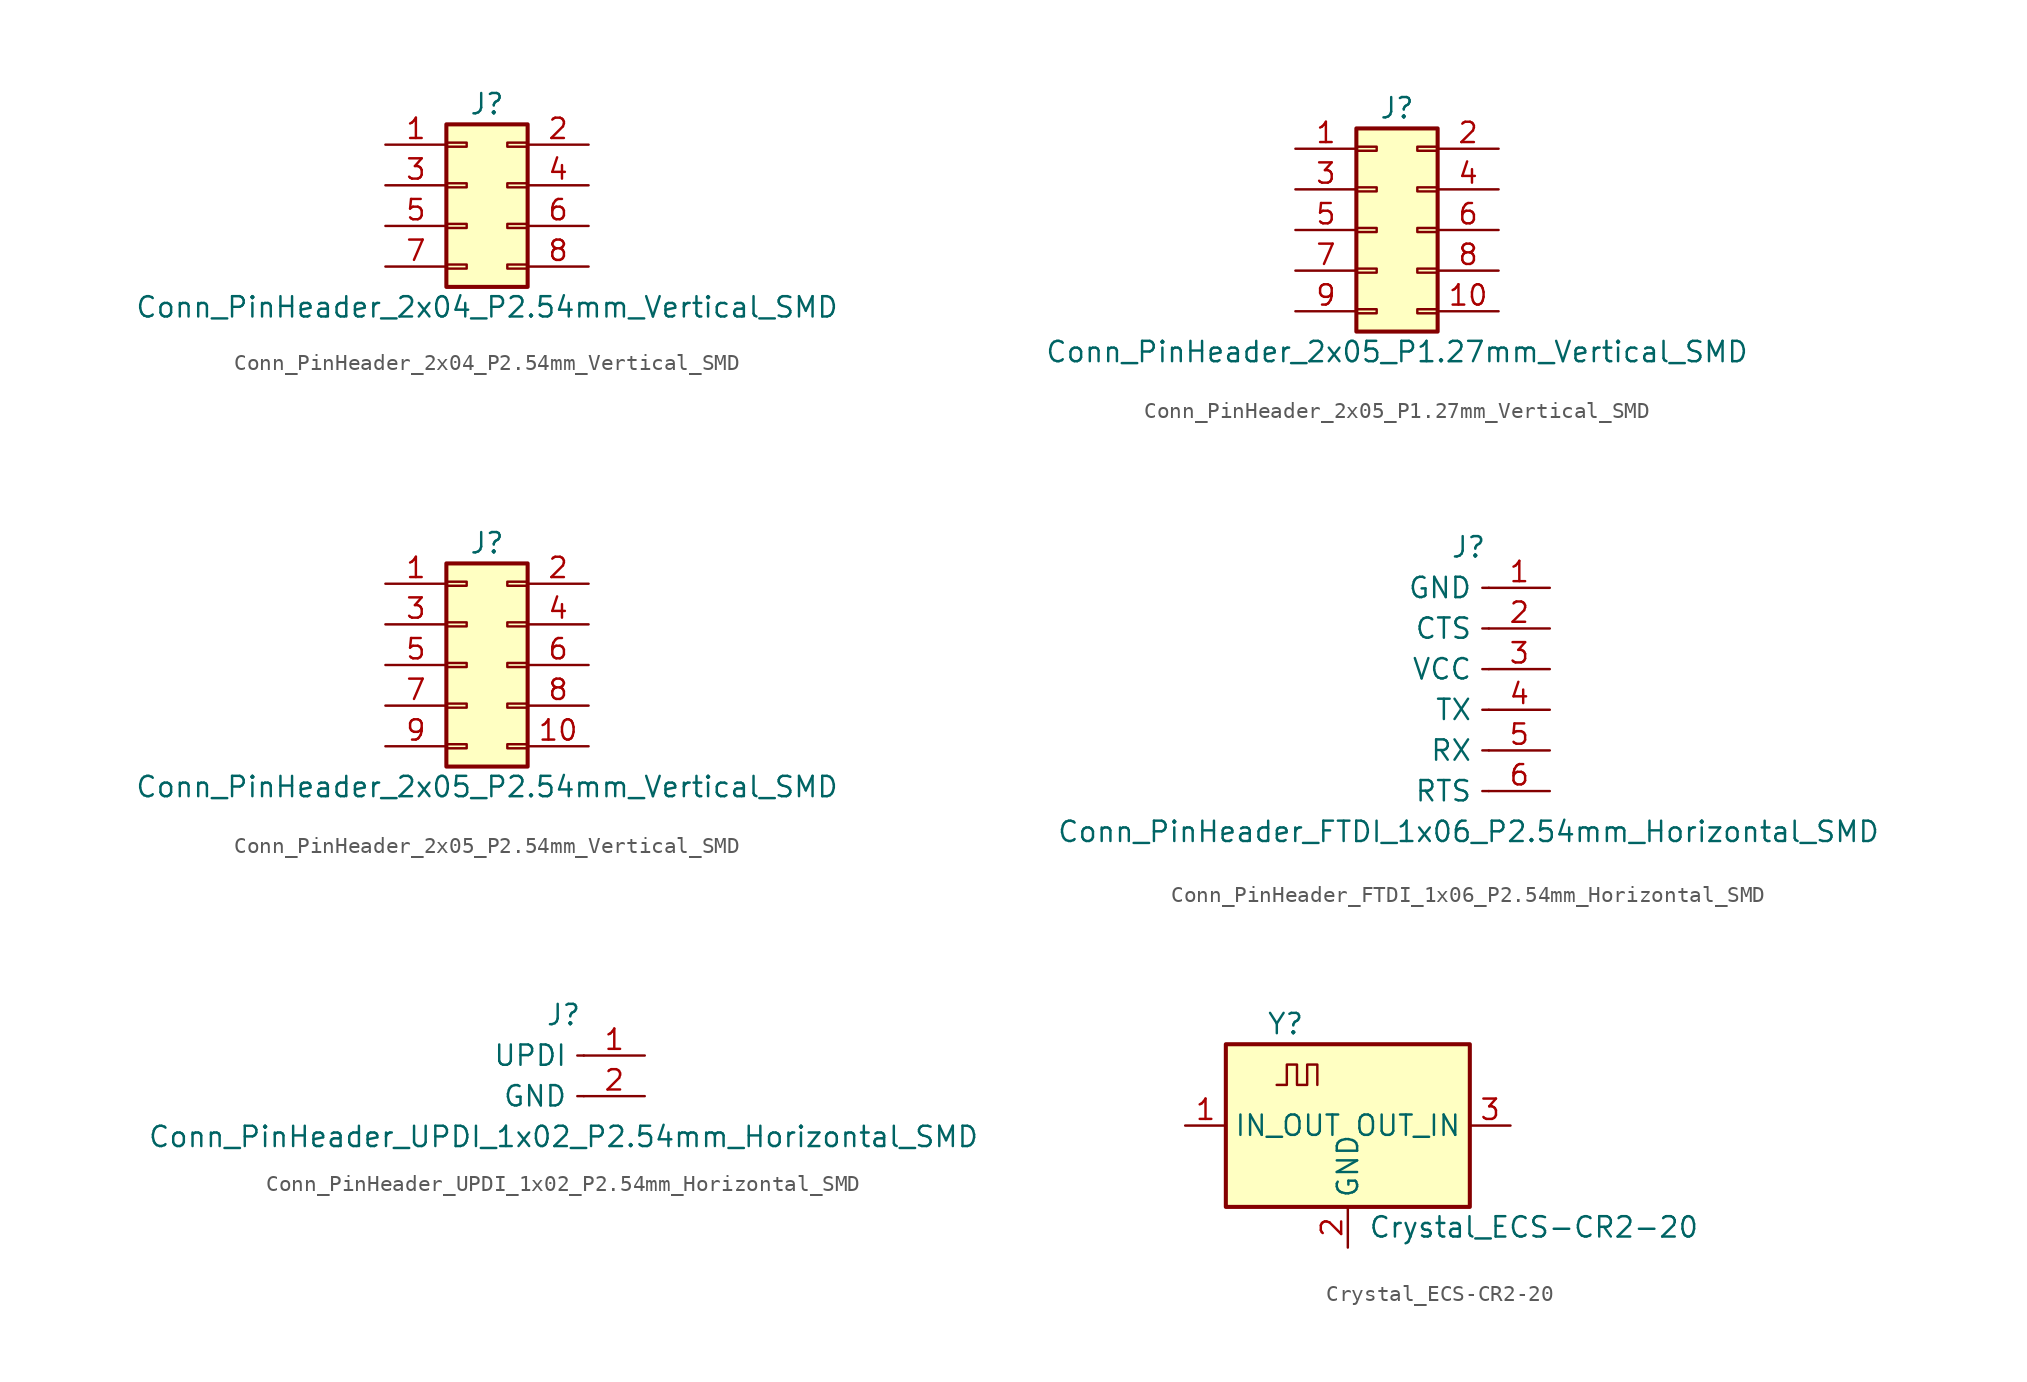
<source format=kicad_sym>
(kicad_symbol_lib
  (version 20220914)
  (generator kicad_symbol_editor)
  (symbol "Conn_PinHeader_2x04_P2.54mm_Vertical_SMD"
    (pin_names
      (offset 1.016) hide)
    (property "Reference" "J"
      (at 1.27 5.08 0)
      (effects (font (size 1.27 1.27))))
    (property "Value" "Conn_PinHeader_2x04_P2.54mm_Vertical_SMD"
      (at 1.27 -7.62 0)
      (effects (font (size 1.27 1.27))))
    (symbol "Conn_PinHeader_2x04_P2.54mm_Vertical_SMD_1_1"
      (rectangle (start -1.27 -4.953) (end 0 -5.207) (stroke (width 0.152) (type solid)) (fill (type none)))
      (rectangle (start -1.27 -2.413) (end 0 -2.667) (stroke (width 0.152) (type solid)) (fill (type none)))
      (rectangle (start -1.27 0.127) (end 0 -0.127) (stroke (width 0.152) (type solid)) (fill (type none)))
      (rectangle (start -1.27 2.667) (end 0 2.413) (stroke (width 0.152) (type solid)) (fill (type none)))
      (rectangle (start -1.27 3.81) (end 3.81 -6.35) (stroke (width 0.254) (type solid)) (fill (type background)))
      (rectangle (start 3.81 -4.953) (end 2.54 -5.207) (stroke (width 0.152) (type solid)) (fill (type none)))
      (rectangle (start 3.81 -2.413) (end 2.54 -2.667) (stroke (width 0.152) (type solid)) (fill (type none)))
      (rectangle (start 3.81 0.127) (end 2.54 -0.127) (stroke (width 0.152) (type solid)) (fill (type none)))
      (rectangle (start 3.81 2.667) (end 2.54 2.413) (stroke (width 0.152) (type solid)) (fill (type none)))
      (pin passive line (at -5.08 2.54 0) (length 3.81) (name "Pin_1" (effects (font (size 1.27 1.27)))) (number "1" (effects (font (size 1.27 1.27)))))
      (pin passive line (at 7.62 2.54 180) (length 3.81) (name "Pin_2" (effects (font (size 1.27 1.27)))) (number "2" (effects (font (size 1.27 1.27)))))
      (pin passive line (at -5.08 0 0) (length 3.81) (name "Pin_3" (effects (font (size 1.27 1.27)))) (number "3" (effects (font (size 1.27 1.27)))))
      (pin passive line (at 7.62 0 180) (length 3.81) (name "Pin_4" (effects (font (size 1.27 1.27)))) (number "4" (effects (font (size 1.27 1.27)))))
      (pin passive line (at -5.08 -2.54 0) (length 3.81) (name "Pin_5" (effects (font (size 1.27 1.27)))) (number "5" (effects (font (size 1.27 1.27)))))
      (pin passive line (at 7.62 -2.54 180) (length 3.81) (name "Pin_6" (effects (font (size 1.27 1.27)))) (number "6" (effects (font (size 1.27 1.27)))))
      (pin passive line (at -5.08 -5.08 0) (length 3.81) (name "Pin_7" (effects (font (size 1.27 1.27)))) (number "7" (effects (font (size 1.27 1.27)))))
      (pin passive line (at 7.62 -5.08 180) (length 3.81) (name "Pin_8" (effects (font (size 1.27 1.27)))) (number "8" (effects (font (size 1.27 1.27)))))))
  (symbol "Conn_PinHeader_2x05_P1.27mm_Vertical_SMD"
    (pin_names
      (offset 1.016) hide)
    (property "Reference" "J"
      (at 1.27 7.62 0)
      (effects (font (size 1.27 1.27))))
    (property "Value" "Conn_PinHeader_2x05_P1.27mm_Vertical_SMD"
      (at 1.27 -7.62 0)
      (effects (font (size 1.27 1.27))))
    (symbol "Conn_PinHeader_2x05_P1.27mm_Vertical_SMD_1_1"
      (rectangle (start -1.27 -4.953) (end 0 -5.207) (stroke (width 0.152) (type solid)) (fill (type none)))
      (rectangle (start -1.27 -2.413) (end 0 -2.667) (stroke (width 0.152) (type solid)) (fill (type none)))
      (rectangle (start -1.27 0.127) (end 0 -0.127) (stroke (width 0.152) (type solid)) (fill (type none)))
      (rectangle (start -1.27 2.667) (end 0 2.413) (stroke (width 0.152) (type solid)) (fill (type none)))
      (rectangle (start -1.27 5.207) (end 0 4.953) (stroke (width 0.152) (type solid)) (fill (type none)))
      (rectangle (start -1.27 6.35) (end 3.81 -6.35) (stroke (width 0.254) (type solid)) (fill (type background)))
      (rectangle (start 3.81 -4.953) (end 2.54 -5.207) (stroke (width 0.152) (type solid)) (fill (type none)))
      (rectangle (start 3.81 -2.413) (end 2.54 -2.667) (stroke (width 0.152) (type solid)) (fill (type none)))
      (rectangle (start 3.81 0.127) (end 2.54 -0.127) (stroke (width 0.152) (type solid)) (fill (type none)))
      (rectangle (start 3.81 2.667) (end 2.54 2.413) (stroke (width 0.152) (type solid)) (fill (type none)))
      (rectangle (start 3.81 5.207) (end 2.54 4.953) (stroke (width 0.152) (type solid)) (fill (type none)))
      (pin passive line (at -5.08 5.08 0) (length 3.81) (name "Pin_1" (effects (font (size 1.27 1.27)))) (number "1" (effects (font (size 1.27 1.27)))))
      (pin passive line (at 7.62 -5.08 180) (length 3.81) (name "Pin_10" (effects (font (size 1.27 1.27)))) (number "10" (effects (font (size 1.27 1.27)))))
      (pin passive line (at 7.62 5.08 180) (length 3.81) (name "Pin_2" (effects (font (size 1.27 1.27)))) (number "2" (effects (font (size 1.27 1.27)))))
      (pin passive line (at -5.08 2.54 0) (length 3.81) (name "Pin_3" (effects (font (size 1.27 1.27)))) (number "3" (effects (font (size 1.27 1.27)))))
      (pin passive line (at 7.62 2.54 180) (length 3.81) (name "Pin_4" (effects (font (size 1.27 1.27)))) (number "4" (effects (font (size 1.27 1.27)))))
      (pin passive line (at -5.08 0 0) (length 3.81) (name "Pin_5" (effects (font (size 1.27 1.27)))) (number "5" (effects (font (size 1.27 1.27)))))
      (pin passive line (at 7.62 0 180) (length 3.81) (name "Pin_6" (effects (font (size 1.27 1.27)))) (number "6" (effects (font (size 1.27 1.27)))))
      (pin passive line (at -5.08 -2.54 0) (length 3.81) (name "Pin_7" (effects (font (size 1.27 1.27)))) (number "7" (effects (font (size 1.27 1.27)))))
      (pin passive line (at 7.62 -2.54 180) (length 3.81) (name "Pin_8" (effects (font (size 1.27 1.27)))) (number "8" (effects (font (size 1.27 1.27)))))
      (pin passive line (at -5.08 -5.08 0) (length 3.81) (name "Pin_9" (effects (font (size 1.27 1.27)))) (number "9" (effects (font (size 1.27 1.27)))))))
  (symbol "Conn_PinHeader_2x05_P2.54mm_Vertical_SMD"
    (pin_names
      (offset 1.016) hide)
    (property "Reference" "J"
      (at 1.27 7.62 0)
      (effects (font (size 1.27 1.27))))
    (property "Value" "Conn_PinHeader_2x05_P2.54mm_Vertical_SMD"
      (at 1.27 -7.62 0)
      (effects (font (size 1.27 1.27))))
    (symbol "Conn_PinHeader_2x05_P2.54mm_Vertical_SMD_1_1"
      (rectangle (start -1.27 -4.953) (end 0 -5.207) (stroke (width 0.152) (type solid)) (fill (type none)))
      (rectangle (start -1.27 -2.413) (end 0 -2.667) (stroke (width 0.152) (type solid)) (fill (type none)))
      (rectangle (start -1.27 0.127) (end 0 -0.127) (stroke (width 0.152) (type solid)) (fill (type none)))
      (rectangle (start -1.27 2.667) (end 0 2.413) (stroke (width 0.152) (type solid)) (fill (type none)))
      (rectangle (start -1.27 5.207) (end 0 4.953) (stroke (width 0.152) (type solid)) (fill (type none)))
      (rectangle (start -1.27 6.35) (end 3.81 -6.35) (stroke (width 0.254) (type solid)) (fill (type background)))
      (rectangle (start 3.81 -4.953) (end 2.54 -5.207) (stroke (width 0.152) (type solid)) (fill (type none)))
      (rectangle (start 3.81 -2.413) (end 2.54 -2.667) (stroke (width 0.152) (type solid)) (fill (type none)))
      (rectangle (start 3.81 0.127) (end 2.54 -0.127) (stroke (width 0.152) (type solid)) (fill (type none)))
      (rectangle (start 3.81 2.667) (end 2.54 2.413) (stroke (width 0.152) (type solid)) (fill (type none)))
      (rectangle (start 3.81 5.207) (end 2.54 4.953) (stroke (width 0.152) (type solid)) (fill (type none)))
      (pin passive line (at -5.08 5.08 0) (length 3.81) (name "Pin_1" (effects (font (size 1.27 1.27)))) (number "1" (effects (font (size 1.27 1.27)))))
      (pin passive line (at 7.62 -5.08 180) (length 3.81) (name "Pin_10" (effects (font (size 1.27 1.27)))) (number "10" (effects (font (size 1.27 1.27)))))
      (pin passive line (at 7.62 5.08 180) (length 3.81) (name "Pin_2" (effects (font (size 1.27 1.27)))) (number "2" (effects (font (size 1.27 1.27)))))
      (pin passive line (at -5.08 2.54 0) (length 3.81) (name "Pin_3" (effects (font (size 1.27 1.27)))) (number "3" (effects (font (size 1.27 1.27)))))
      (pin passive line (at 7.62 2.54 180) (length 3.81) (name "Pin_4" (effects (font (size 1.27 1.27)))) (number "4" (effects (font (size 1.27 1.27)))))
      (pin passive line (at -5.08 0 0) (length 3.81) (name "Pin_5" (effects (font (size 1.27 1.27)))) (number "5" (effects (font (size 1.27 1.27)))))
      (pin passive line (at 7.62 0 180) (length 3.81) (name "Pin_6" (effects (font (size 1.27 1.27)))) (number "6" (effects (font (size 1.27 1.27)))))
      (pin passive line (at -5.08 -2.54 0) (length 3.81) (name "Pin_7" (effects (font (size 1.27 1.27)))) (number "7" (effects (font (size 1.27 1.27)))))
      (pin passive line (at 7.62 -2.54 180) (length 3.81) (name "Pin_8" (effects (font (size 1.27 1.27)))) (number "8" (effects (font (size 1.27 1.27)))))
      (pin passive line (at -5.08 -5.08 0) (length 3.81) (name "Pin_9" (effects (font (size 1.27 1.27)))) (number "9" (effects (font (size 1.27 1.27)))))))
  (symbol "Conn_PinHeader_FTDI_1x06_P2.54mm_Horizontal_SMD"
    (pin_names
      (offset 1.016))
    (property "Reference" "J"
      (at 0 7.62 0)
      (effects (font (size 1.27 1.27))))
    (property "Value" "Conn_PinHeader_FTDI_1x06_P2.54mm_Horizontal_SMD"
      (at 0 -10.16 0)
      (effects (font (size 1.27 1.27))))
    (symbol "Conn_PinHeader_FTDI_1x06_P2.54mm_Horizontal_SMD_1_1"
      (polyline (pts (xy 1.27 -7.62) (xy 0.864 -7.62)) (stroke (width 0.152) (type solid)) (fill (type none)))
      (polyline (pts (xy 1.27 -5.08) (xy 0.864 -5.08)) (stroke (width 0.152) (type solid)) (fill (type none)))
      (polyline (pts (xy 1.27 -2.54) (xy 0.864 -2.54)) (stroke (width 0.152) (type solid)) (fill (type none)))
      (polyline (pts (xy 1.27 0) (xy 0.864 0)) (stroke (width 0.152) (type solid)) (fill (type none)))
      (polyline (pts (xy 1.27 2.54) (xy 0.864 2.54)) (stroke (width 0.152) (type solid)) (fill (type none)))
      (polyline (pts (xy 1.27 5.08) (xy 0.864 5.08)) (stroke (width 0.152) (type solid)) (fill (type none)))
      (pin passive line (at 5.08 5.08 180) (length 3.81) (name "GND" (effects (font (size 1.27 1.27)))) (number "1" (effects (font (size 1.27 1.27)))))
      (pin passive line (at 5.08 2.54 180) (length 3.81) (name "CTS" (effects (font (size 1.27 1.27)))) (number "2" (effects (font (size 1.27 1.27)))))
      (pin passive line (at 5.08 0 180) (length 3.81) (name "VCC" (effects (font (size 1.27 1.27)))) (number "3" (effects (font (size 1.27 1.27)))))
      (pin passive line (at 5.08 -2.54 180) (length 3.81) (name "TX" (effects (font (size 1.27 1.27)))) (number "4" (effects (font (size 1.27 1.27)))))
      (pin passive line (at 5.08 -5.08 180) (length 3.81) (name "RX" (effects (font (size 1.27 1.27)))) (number "5" (effects (font (size 1.27 1.27)))))
      (pin passive line (at 5.08 -7.62 180) (length 3.81) (name "RTS" (effects (font (size 1.27 1.27)))) (number "6" (effects (font (size 1.27 1.27)))))))
  (symbol "Conn_PinHeader_UPDI_1x02_P2.54mm_Horizontal_SMD"
    (pin_names
      (offset 1.016))
    (property "Reference" "J"
      (at 0 2.54 0)
      (effects (font (size 1.27 1.27))))
    (property "Value" "Conn_PinHeader_UPDI_1x02_P2.54mm_Horizontal_SMD"
      (at 0 -5.08 0)
      (effects (font (size 1.27 1.27))))
    (symbol "Conn_PinHeader_UPDI_1x02_P2.54mm_Horizontal_SMD_1_1"
      (polyline (pts (xy 1.27 -2.54) (xy 0.864 -2.54)) (stroke (width 0.152) (type solid)) (fill (type none)))
      (polyline (pts (xy 1.27 0) (xy 0.864 0)) (stroke (width 0.152) (type solid)) (fill (type none)))
      (pin passive line (at 5.08 0 180) (length 3.81) (name "UPDI" (effects (font (size 1.27 1.27)))) (number "1" (effects (font (size 1.27 1.27)))))
      (pin passive line (at 5.08 -2.54 180) (length 3.81) (name "GND" (effects (font (size 1.27 1.27)))) (number "2" (effects (font (size 1.27 1.27)))))))
  (symbol "Crystal_ECS-CR2-20"
    (property "Reference" "Y"
      (at -5.08 6.35 0)
      (effects (font (size 1.27 1.27)) (justify left)))
    (property "Value" "Crystal_ECS-CR2-20"
      (at 1.27 -6.35 0)
      (effects (font (size 1.27 1.27)) (justify left)))
    (symbol "Crystal_ECS-CR2-20_0_1"
      (rectangle (start -7.62 5.08) (end 7.62 -5.08) (stroke (width 0.254) (type solid)) (fill (type background)))
      (polyline (pts (xy -4.445 2.54) (xy -3.81 2.54) (xy -3.81 3.81) (xy -3.175 3.81) (xy -3.175 2.54) (xy -2.54 2.54) (xy -2.54 3.81) (xy -1.905 3.81) (xy -1.905 2.54)) (stroke (width 0) (type solid)) (fill (type none))))
    (symbol "Crystal_ECS-CR2-20_1_1"
      (pin input line (at -10.16 0 0) (length 2.54) (name "IN_OUT" (effects (font (size 1.27 1.27)))) (number "1" (effects (font (size 1.27 1.27)))))
      (pin power_in line (at 0 -7.62 90) (length 2.54) (name "GND" (effects (font (size 1.27 1.27)))) (number "2" (effects (font (size 1.27 1.27)))))
      (pin output line (at 10.16 0 180) (length 2.54) (name "OUT_IN" (effects (font (size 1.27 1.27)))) (number "3" (effects (font (size 1.27 1.27))))))))
</source>
